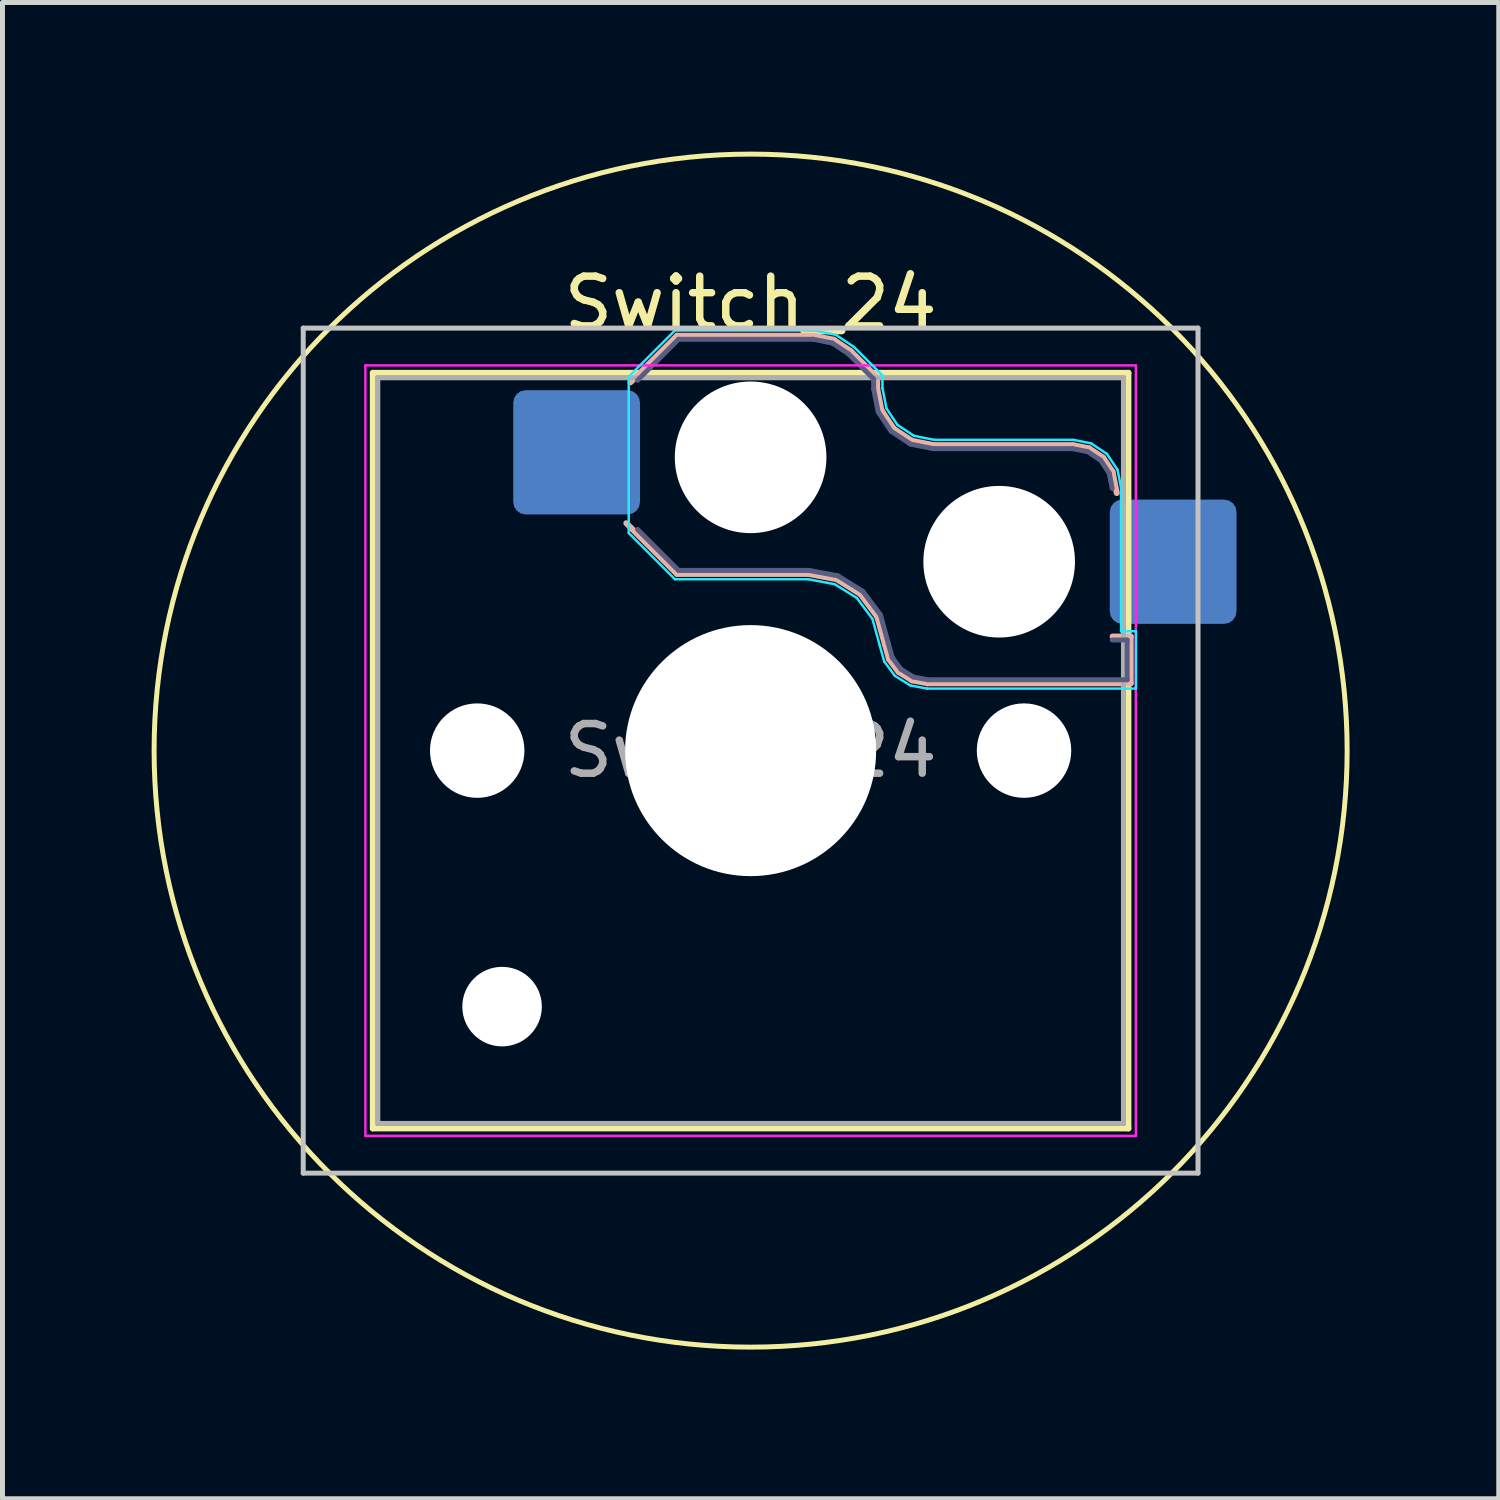
<source format=kicad_pcb>
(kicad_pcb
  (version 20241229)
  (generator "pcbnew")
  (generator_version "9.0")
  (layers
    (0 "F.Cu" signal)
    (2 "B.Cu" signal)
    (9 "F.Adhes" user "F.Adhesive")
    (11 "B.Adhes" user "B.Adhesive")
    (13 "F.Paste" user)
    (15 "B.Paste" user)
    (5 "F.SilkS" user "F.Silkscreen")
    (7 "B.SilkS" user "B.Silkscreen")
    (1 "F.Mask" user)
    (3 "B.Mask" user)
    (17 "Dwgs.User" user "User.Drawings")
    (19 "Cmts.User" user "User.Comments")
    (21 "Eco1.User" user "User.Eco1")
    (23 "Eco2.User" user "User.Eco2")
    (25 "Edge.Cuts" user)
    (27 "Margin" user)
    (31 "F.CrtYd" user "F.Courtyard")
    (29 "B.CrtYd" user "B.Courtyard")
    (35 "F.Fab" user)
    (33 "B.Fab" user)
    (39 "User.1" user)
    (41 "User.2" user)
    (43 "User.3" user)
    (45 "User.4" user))
  (footprint "Switch_24"
    (layer "F.Cu")
    (at 12.05 12.05)
    (property "Reference" "Switch_24" (at 0 -9 0) (layer "F.SilkS") (effects (font (size 1 1) (thickness 0.15))))
    (attr smd)
    (fp_line (start -7.6 -7.6) (end -7.6 7.6) (stroke (width 0.12) (type solid)) (layer "F.SilkS"))
    (fp_line (start -7.6 7.6) (end 7.6 7.6) (stroke (width 0.12) (type solid)) (layer "F.SilkS"))
    (fp_line (start 7.6 -7.6) (end -7.6 -7.6) (stroke (width 0.12) (type solid)) (layer "F.SilkS"))
    (fp_line (start 7.6 7.6) (end 7.6 -7.6) (stroke (width 0.12) (type solid)) (layer "F.SilkS"))
    (fp_circle (center 0 0) (end 12 0) (stroke (width 0.1) (type solid)) (fill no) (layer "F.SilkS"))
    (fp_line (start -2.416 -7.409) (end -1.479 -8.346) (stroke (width 0.12) (type solid)) (layer "B.SilkS"))
    (fp_line (start -1.479 -8.346) (end 1.268 -8.346) (stroke (width 0.12) (type solid)) (layer "B.SilkS"))
    (fp_line (start -1.479 -3.554) (end -2.5 -4.575) (stroke (width 0.12) (type solid)) (layer "B.SilkS"))
    (fp_line (start 1.168 -3.554) (end -1.479 -3.554) (stroke (width 0.12) (type solid)) (layer "B.SilkS"))
    (fp_line (start 1.268 -8.346) (end 1.671 -8.266) (stroke (width 0.12) (type solid)) (layer "B.SilkS"))
    (fp_line (start 1.671 -8.266) (end 2.013 -8.037) (stroke (width 0.12) (type solid)) (layer "B.SilkS"))
    (fp_line (start 1.73 -3.449) (end 1.168 -3.554) (stroke (width 0.12) (type solid)) (layer "B.SilkS"))
    (fp_line (start 2.013 -8.037) (end 2.546 -7.504) (stroke (width 0.12) (type solid)) (layer "B.SilkS"))
    (fp_line (start 2.209 -3.15) (end 1.73 -3.449) (stroke (width 0.12) (type solid)) (layer "B.SilkS"))
    (fp_line (start 2.546 -7.504) (end 2.546 -7.282) (stroke (width 0.12) (type solid)) (layer "B.SilkS"))
    (fp_line (start 2.546 -7.282) (end 2.633 -6.844) (stroke (width 0.12) (type solid)) (layer "B.SilkS"))
    (fp_line (start 2.547 -2.697) (end 2.209 -3.15) (stroke (width 0.12) (type solid)) (layer "B.SilkS"))
    (fp_line (start 2.633 -6.844) (end 2.877 -6.477) (stroke (width 0.12) (type solid)) (layer "B.SilkS"))
    (fp_line (start 2.701 -2.139) (end 2.547 -2.697) (stroke (width 0.12) (type solid)) (layer "B.SilkS"))
    (fp_line (start 2.783 -1.841) (end 2.701 -2.139) (stroke (width 0.12) (type solid)) (layer "B.SilkS"))
    (fp_line (start 2.877 -6.477) (end 3.244 -6.233) (stroke (width 0.12) (type solid)) (layer "B.SilkS"))
    (fp_line (start 2.976 -1.583) (end 2.783 -1.841) (stroke (width 0.12) (type solid)) (layer "B.SilkS"))
    (fp_line (start 3.244 -6.233) (end 3.682 -6.146) (stroke (width 0.12) (type solid)) (layer "B.SilkS"))
    (fp_line (start 3.25 -1.413) (end 2.976 -1.583) (stroke (width 0.12) (type solid)) (layer "B.SilkS"))
    (fp_line (start 3.56 -1.354) (end 3.25 -1.413) (stroke (width 0.12) (type solid)) (layer "B.SilkS"))
    (fp_line (start 3.682 -6.146) (end 6.482 -6.146) (stroke (width 0.12) (type solid)) (layer "B.SilkS"))
    (fp_line (start 6.482 -6.146) (end 6.809 -6.081) (stroke (width 0.12) (type solid)) (layer "B.SilkS"))
    (fp_line (start 6.809 -6.081) (end 7.092 -5.892) (stroke (width 0.12) (type solid)) (layer "B.SilkS"))
    (fp_line (start 7.092 -5.892) (end 7.281 -5.609) (stroke (width 0.12) (type solid)) (layer "B.SilkS"))
    (fp_line (start 7.281 -5.609) (end 7.366 -5.182) (stroke (width 0.12) (type solid)) (layer "B.SilkS"))
    (fp_line (start 7.283 -2.296) (end 7.646 -2.296) (stroke (width 0.12) (type solid)) (layer "B.SilkS"))
    (fp_line (start 7.646 -2.296) (end 7.646 -1.354) (stroke (width 0.12) (type solid)) (layer "B.SilkS"))
    (fp_line (start 7.646 -1.354) (end 3.56 -1.354) (stroke (width 0.12) (type solid)) (layer "B.SilkS"))
    (fp_line (start -9 -8.5) (end -9 8.5) (stroke (width 0.1) (type solid)) (layer "Dwgs.User"))
    (fp_line (start -9 8.5) (end 9 8.5) (stroke (width 0.1) (type solid)) (layer "Dwgs.User"))
    (fp_line (start 9 -8.5) (end -9 -8.5) (stroke (width 0.1) (type solid)) (layer "Dwgs.User"))
    (fp_line (start 9 8.5) (end 9 -8.5) (stroke (width 0.1) (type solid)) (layer "Dwgs.User"))
    (fp_line (start -7.25 -7.25) (end -7.25 7.25) (stroke (width 0.1) (type solid)) (layer "Eco1.User"))
    (fp_line (start -7.25 7.25) (end 7.25 7.25) (stroke (width 0.1) (type solid)) (layer "Eco1.User"))
    (fp_line (start 7.25 -7.25) (end -7.25 -7.25) (stroke (width 0.1) (type solid)) (layer "Eco1.User"))
    (fp_line (start 7.25 7.25) (end 7.25 -7.25) (stroke (width 0.1) (type solid)) (layer "Eco1.User"))
    (fp_line (start -2.452 -7.523) (end -1.523 -8.452) (stroke (width 0.05) (type solid)) (layer "B.CrtYd"))
    (fp_line (start -2.452 -4.377) (end -2.452 -7.523) (stroke (width 0.05) (type solid)) (layer "B.CrtYd"))
    (fp_line (start -1.523 -8.452) (end 1.278 -8.452) (stroke (width 0.05) (type solid)) (layer "B.CrtYd"))
    (fp_line (start -1.523 -3.448) (end -2.452 -4.377) (stroke (width 0.05) (type solid)) (layer "B.CrtYd"))
    (fp_line (start 1.159 -3.448) (end -1.523 -3.448) (stroke (width 0.05) (type solid)) (layer "B.CrtYd"))
    (fp_line (start 1.278 -8.452) (end 1.712 -8.366) (stroke (width 0.05) (type solid)) (layer "B.CrtYd"))
    (fp_line (start 1.691 -3.348) (end 1.159 -3.448) (stroke (width 0.05) (type solid)) (layer "B.CrtYd"))
    (fp_line (start 1.712 -8.366) (end 2.081 -8.119) (stroke (width 0.05) (type solid)) (layer "B.CrtYd"))
    (fp_line (start 2.081 -8.119) (end 2.652 -7.548) (stroke (width 0.05) (type solid)) (layer "B.CrtYd"))
    (fp_line (start 2.136 -3.071) (end 1.691 -3.348) (stroke (width 0.05) (type solid)) (layer "B.CrtYd"))
    (fp_line (start 2.45 -2.65) (end 2.136 -3.071) (stroke (width 0.05) (type solid)) (layer "B.CrtYd"))
    (fp_line (start 2.599 -2.111) (end 2.45 -2.65) (stroke (width 0.05) (type solid)) (layer "B.CrtYd"))
    (fp_line (start 2.652 -7.548) (end 2.652 -7.292) (stroke (width 0.05) (type solid)) (layer "B.CrtYd"))
    (fp_line (start 2.652 -7.292) (end 2.733 -6.885) (stroke (width 0.05) (type solid)) (layer "B.CrtYd"))
    (fp_line (start 2.687 -1.794) (end 2.599 -2.111) (stroke (width 0.05) (type solid)) (layer "B.CrtYd"))
    (fp_line (start 2.733 -6.885) (end 2.953 -6.553) (stroke (width 0.05) (type solid)) (layer "B.CrtYd"))
    (fp_line (start 2.903 -1.503) (end 2.687 -1.794) (stroke (width 0.05) (type solid)) (layer "B.CrtYd"))
    (fp_line (start 2.953 -6.553) (end 3.285 -6.333) (stroke (width 0.05) (type solid)) (layer "B.CrtYd"))
    (fp_line (start 3.211 -1.312) (end 2.903 -1.503) (stroke (width 0.05) (type solid)) (layer "B.CrtYd"))
    (fp_line (start 3.285 -6.333) (end 3.692 -6.252) (stroke (width 0.05) (type solid)) (layer "B.CrtYd"))
    (fp_line (start 3.55 -1.248) (end 3.211 -1.312) (stroke (width 0.05) (type solid)) (layer "B.CrtYd"))
    (fp_line (start 3.692 -6.252) (end 6.492 -6.252) (stroke (width 0.05) (type solid)) (layer "B.CrtYd"))
    (fp_line (start 6.492 -6.252) (end 6.85 -6.181) (stroke (width 0.05) (type solid)) (layer "B.CrtYd"))
    (fp_line (start 6.85 -6.181) (end 7.168 -5.968) (stroke (width 0.05) (type solid)) (layer "B.CrtYd"))
    (fp_line (start 7.168 -5.968) (end 7.381 -5.65) (stroke (width 0.05) (type solid)) (layer "B.CrtYd"))
    (fp_line (start 7.381 -5.65) (end 7.452 -5.292) (stroke (width 0.05) (type solid)) (layer "B.CrtYd"))
    (fp_line (start 7.452 -5.292) (end 7.452 -2.402) (stroke (width 0.05) (type solid)) (layer "B.CrtYd"))
    (fp_line (start 7.452 -2.402) (end 7.752 -2.402) (stroke (width 0.05) (type solid)) (layer "B.CrtYd"))
    (fp_line (start 7.752 -2.402) (end 7.752 -1.248) (stroke (width 0.05) (type solid)) (layer "B.CrtYd"))
    (fp_line (start 7.752 -1.248) (end 3.55 -1.248) (stroke (width 0.05) (type solid)) (layer "B.CrtYd"))
    (fp_line (start -7.75 -7.75) (end -7.75 7.75) (stroke (width 0.05) (type solid)) (layer "F.CrtYd"))
    (fp_line (start -7.75 7.75) (end 7.75 7.75) (stroke (width 0.05) (type solid)) (layer "F.CrtYd"))
    (fp_line (start 7.75 -7.75) (end -7.75 -7.75) (stroke (width 0.05) (type solid)) (layer "F.CrtYd"))
    (fp_line (start 7.75 7.75) (end 7.75 -7.75) (stroke (width 0.05) (type solid)) (layer "F.CrtYd"))
    (fp_line (start -2.275 -7.45) (end -1.45 -8.275) (stroke (width 0.1) (type solid)) (layer "B.Fab"))
    (fp_line (start -1.45 -8.275) (end 1.261 -8.275) (stroke (width 0.1) (type solid)) (layer "B.Fab"))
    (fp_line (start -1.45 -3.625) (end -2.275 -4.45) (stroke (width 0.1) (type solid)) (layer "B.Fab"))
    (fp_line (start 1.175 -3.625) (end -1.45 -3.625) (stroke (width 0.1) (type solid)) (layer "B.Fab"))
    (fp_line (start 1.261 -8.275) (end 1.643 -8.199) (stroke (width 0.1) (type solid)) (layer "B.Fab"))
    (fp_line (start 1.643 -8.199) (end 1.968 -7.982) (stroke (width 0.1) (type solid)) (layer "B.Fab"))
    (fp_line (start 1.756 -3.516) (end 1.175 -3.625) (stroke (width 0.1) (type solid)) (layer "B.Fab"))
    (fp_line (start 1.968 -7.982) (end 2.475 -7.475) (stroke (width 0.1) (type solid)) (layer "B.Fab"))
    (fp_line (start 2.258 -3.203) (end 1.756 -3.516) (stroke (width 0.1) (type solid)) (layer "B.Fab"))
    (fp_line (start 2.475 -7.475) (end 2.475 -7.275) (stroke (width 0.1) (type solid)) (layer "B.Fab"))
    (fp_line (start 2.475 -7.275) (end 2.566 -6.816) (stroke (width 0.1) (type solid)) (layer "B.Fab"))
    (fp_line (start 2.566 -6.816) (end 2.826 -6.426) (stroke (width 0.1) (type solid)) (layer "B.Fab"))
    (fp_line (start 2.612 -2.729) (end 2.258 -3.203) (stroke (width 0.1) (type solid)) (layer "B.Fab"))
    (fp_line (start 2.769 -2.158) (end 2.612 -2.729) (stroke (width 0.1) (type solid)) (layer "B.Fab"))
    (fp_line (start 2.826 -6.426) (end 3.216 -6.166) (stroke (width 0.1) (type solid)) (layer "B.Fab"))
    (fp_line (start 2.848 -1.873) (end 2.769 -2.158) (stroke (width 0.1) (type solid)) (layer "B.Fab"))
    (fp_line (start 3.025 -1.636) (end 2.848 -1.873) (stroke (width 0.1) (type solid)) (layer "B.Fab"))
    (fp_line (start 3.216 -6.166) (end 3.675 -6.075) (stroke (width 0.1) (type solid)) (layer "B.Fab"))
    (fp_line (start 3.276 -1.48) (end 3.025 -1.636) (stroke (width 0.1) (type solid)) (layer "B.Fab"))
    (fp_line (start 3.567 -1.425) (end 3.276 -1.48) (stroke (width 0.1) (type solid)) (layer "B.Fab"))
    (fp_line (start 3.675 -6.075) (end 6.475 -6.075) (stroke (width 0.1) (type solid)) (layer "B.Fab"))
    (fp_line (start 6.475 -6.075) (end 6.781 -6.014) (stroke (width 0.1) (type solid)) (layer "B.Fab"))
    (fp_line (start 6.781 -6.014) (end 7.041 -5.841) (stroke (width 0.1) (type solid)) (layer "B.Fab"))
    (fp_line (start 7.041 -5.841) (end 7.214 -5.581) (stroke (width 0.1) (type solid)) (layer "B.Fab"))
    (fp_line (start 7.214 -5.581) (end 7.275 -5.275) (stroke (width 0.1) (type solid)) (layer "B.Fab"))
    (fp_line (start 7.275 -2.225) (end 7.575 -2.225) (stroke (width 0.1) (type solid)) (layer "B.Fab"))
    (fp_line (start 7.575 -2.225) (end 7.575 -1.425) (stroke (width 0.1) (type solid)) (layer "B.Fab"))
    (fp_line (start 7.575 -1.425) (end 3.567 -1.425) (stroke (width 0.1) (type solid)) (layer "B.Fab"))
    (fp_line (start -7.5 -7.5) (end -7.5 7.5) (stroke (width 0.1) (type solid)) (layer "F.Fab"))
    (fp_line (start -7.5 7.5) (end 7.5 7.5) (stroke (width 0.1) (type solid)) (layer "F.Fab"))
    (fp_line (start 7.5 -7.5) (end -7.5 -7.5) (stroke (width 0.1) (type solid)) (layer "F.Fab"))
    (fp_line (start 7.5 7.5) (end 7.5 -7.5) (stroke (width 0.1) (type solid)) (layer "F.Fab"))
    (fp_text user "${REFERENCE}" (at 0 0 0) (layer "F.Fab") (effects (font (size 1 1) (thickness 0.15))))
    (pad "" np_thru_hole circle (at -5.5 0) (size 1.9 1.9) (drill 1.9) (layers "*.Cu" "*.Mask"))
    (pad "" np_thru_hole circle (at -5 5.15) (size 1.6 1.6) (drill 1.6) (layers "*.Cu" "*.Mask"))
    (pad "" np_thru_hole circle (at 0 -5.9) (size 3.05 3.05) (drill 3.05) (layers "*.Cu" "*.Mask"))
    (pad "" np_thru_hole circle (at 0 0) (size 5.05 5.05) (drill 5.05) (layers "*.Cu" "*.Mask"))
    (pad "" np_thru_hole circle (at 5 -3.8) (size 3.05 3.05) (drill 3.05) (layers "*.Cu" "*.Mask"))
    (pad "" np_thru_hole circle (at 5.5 0) (size 1.9 1.9) (drill 1.9) (layers "*.Cu" "*.Mask"))
    (pad "1" smd roundrect (at -3.5 -6) (size 2.55 2.5) (layers "B.Cu" "B.Mask" "B.Paste") (roundrect_rratio 0.1))
    (pad "2" smd roundrect (at 8.5 -3.8) (size 2.55 2.5) (layers "B.Cu" "B.Mask" "B.Paste") (roundrect_rratio 0.1)))
  (gr_rect
    (start -3 -3)
    (end 27.1 27.1)
    (stroke (width 0.1) (type default))
    (fill no)
    (layer "Edge.Cuts")))
</source>
